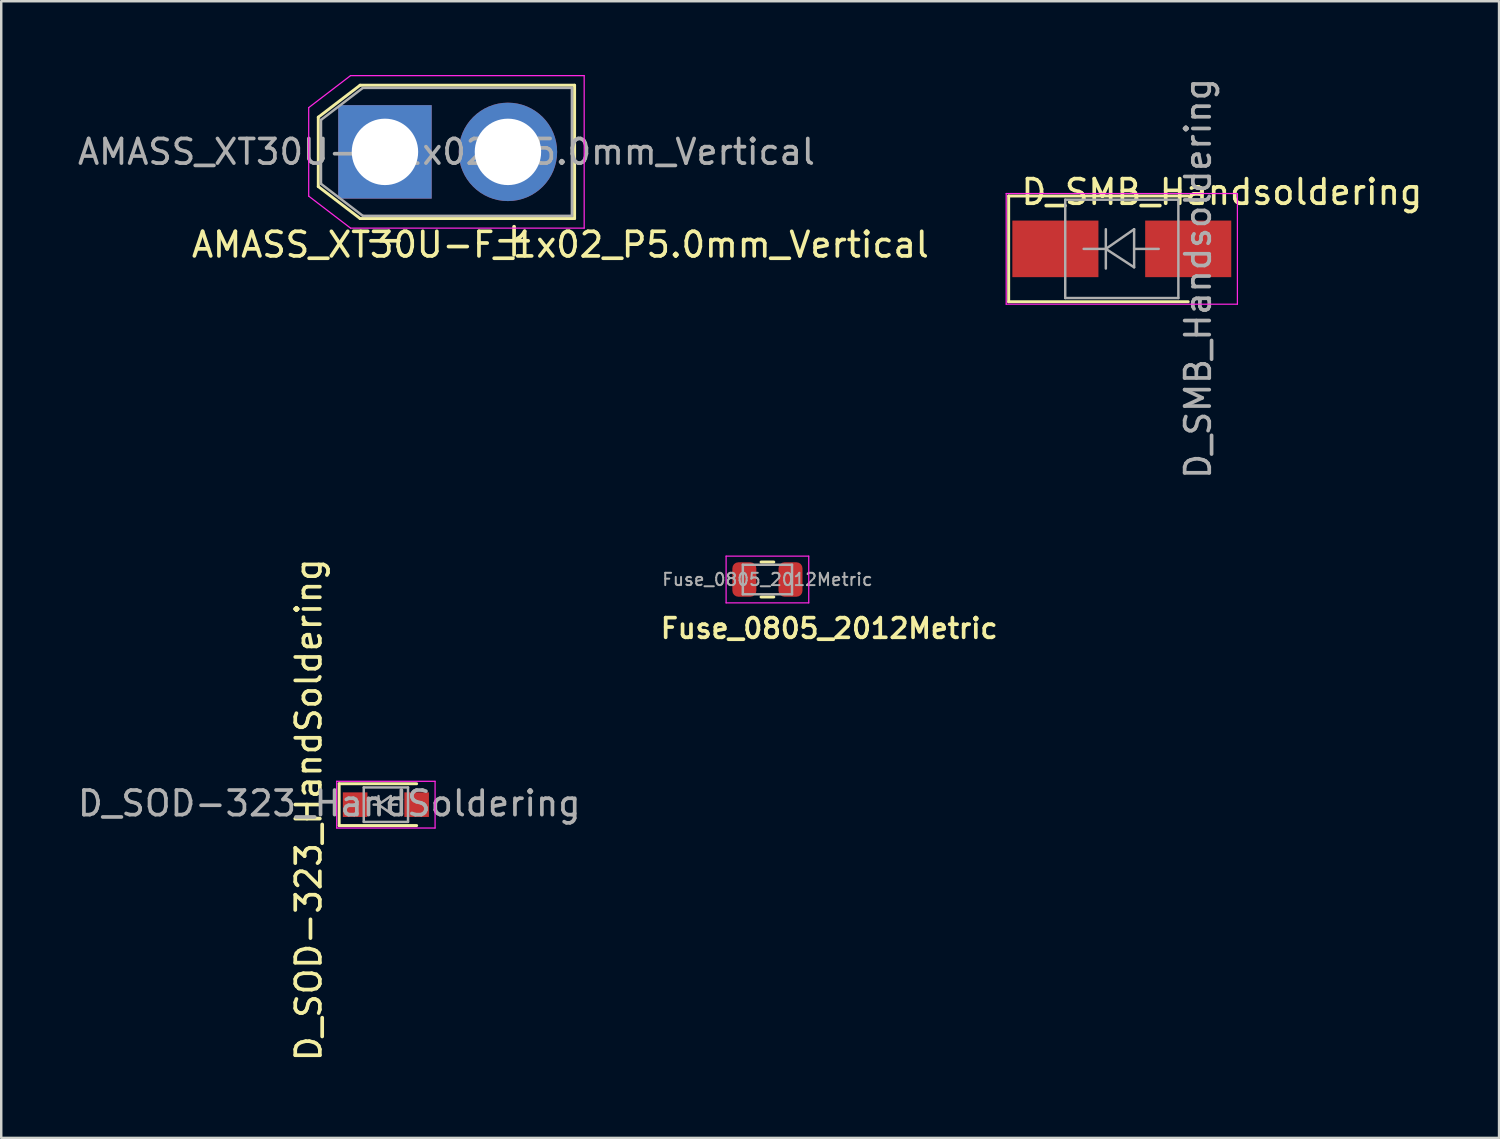
<source format=kicad_pcb>
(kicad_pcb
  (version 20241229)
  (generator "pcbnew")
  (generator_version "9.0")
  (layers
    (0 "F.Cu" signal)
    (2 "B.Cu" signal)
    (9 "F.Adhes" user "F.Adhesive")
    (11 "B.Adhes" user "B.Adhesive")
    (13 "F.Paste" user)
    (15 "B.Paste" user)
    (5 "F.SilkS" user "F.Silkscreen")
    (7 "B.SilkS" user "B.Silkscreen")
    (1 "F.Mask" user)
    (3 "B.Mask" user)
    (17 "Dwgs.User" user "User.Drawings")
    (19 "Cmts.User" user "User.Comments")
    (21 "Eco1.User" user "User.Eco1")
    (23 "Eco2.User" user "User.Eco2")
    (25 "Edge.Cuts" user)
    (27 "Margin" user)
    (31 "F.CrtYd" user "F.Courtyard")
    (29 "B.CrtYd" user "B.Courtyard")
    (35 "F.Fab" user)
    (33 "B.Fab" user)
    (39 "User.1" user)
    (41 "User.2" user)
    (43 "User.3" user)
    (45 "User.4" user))
  (footprint "D_SOD-323_HandSoldering"
    (layer "F.Cu")
    (at 12.639 29.665)
    (property "Reference" "D_SOD-323_HandSoldering" (at -3.14 0.21 270) (layer "F.SilkS") (effects (font (size 1 1) (thickness 0.15))))
    (attr smd)
    (fp_line (start -1.9 -0.85) (end -1.9 0.85) (stroke (width 0.12) (type solid)) (layer "F.SilkS"))
    (fp_line (start -1.9 -0.85) (end 1.25 -0.85) (stroke (width 0.12) (type solid)) (layer "F.SilkS"))
    (fp_line (start -1.9 0.85) (end 1.25 0.85) (stroke (width 0.12) (type solid)) (layer "F.SilkS"))
    (fp_line (start -2 -0.95) (end -2 0.95) (stroke (width 0.05) (type solid)) (layer "F.CrtYd"))
    (fp_line (start -2 -0.95) (end 2 -0.95) (stroke (width 0.05) (type solid)) (layer "F.CrtYd"))
    (fp_line (start -2 0.95) (end 2 0.95) (stroke (width 0.05) (type solid)) (layer "F.CrtYd"))
    (fp_line (start 2 -0.95) (end 2 0.95) (stroke (width 0.05) (type solid)) (layer "F.CrtYd"))
    (fp_line (start -0.9 -0.7) (end 0.9 -0.7) (stroke (width 0.1) (type solid)) (layer "F.Fab"))
    (fp_line (start -0.9 0.7) (end -0.9 -0.7) (stroke (width 0.1) (type solid)) (layer "F.Fab"))
    (fp_line (start -0.3 -0.35) (end -0.3 0.35) (stroke (width 0.1) (type solid)) (layer "F.Fab"))
    (fp_line (start -0.3 0) (end -0.5 0) (stroke (width 0.1) (type solid)) (layer "F.Fab"))
    (fp_line (start -0.3 0) (end 0.2 -0.35) (stroke (width 0.1) (type solid)) (layer "F.Fab"))
    (fp_line (start 0.2 -0.35) (end 0.2 0.35) (stroke (width 0.1) (type solid)) (layer "F.Fab"))
    (fp_line (start 0.2 0) (end 0.45 0) (stroke (width 0.1) (type solid)) (layer "F.Fab"))
    (fp_line (start 0.2 0.35) (end -0.3 0) (stroke (width 0.1) (type solid)) (layer "F.Fab"))
    (fp_line (start 0.9 -0.7) (end 0.9 0.7) (stroke (width 0.1) (type solid)) (layer "F.Fab"))
    (fp_line (start 0.9 0.7) (end -0.9 0.7) (stroke (width 0.1) (type solid)) (layer "F.Fab"))
    (fp_text user "${REFERENCE}" (at -2.3 -0.05 180) (layer "F.Fab") (effects (font (size 1 1) (thickness 0.15))))
    (pad "1" smd rect (at -1.25 0) (size 1 1) (layers "F.Cu" "F.Mask" "F.Paste"))
    (pad "2" smd rect (at 1.25 0) (size 1 1) (layers "F.Cu" "F.Mask" "F.Paste")))
  (footprint "Fuse_0805_2012Metric"
    (layer "F.Cu")
    (at 28.151 20.511)
    (property "Reference" "Fuse_0805_2012Metric" (at 2.511 1.988 0) (layer "F.SilkS") (effects (font (size 0.8 0.8) (thickness 0.15))))
    (attr smd)
    (fp_line (start -0.259 -0.71) (end 0.259 -0.71) (stroke (width 0.12) (type solid)) (layer "F.SilkS"))
    (fp_line (start -0.259 0.71) (end 0.259 0.71) (stroke (width 0.12) (type solid)) (layer "F.SilkS"))
    (fp_line (start -1.68 -0.95) (end 1.68 -0.95) (stroke (width 0.05) (type solid)) (layer "F.CrtYd"))
    (fp_line (start -1.68 0.95) (end -1.68 -0.95) (stroke (width 0.05) (type solid)) (layer "F.CrtYd"))
    (fp_line (start 1.68 -0.95) (end 1.68 0.95) (stroke (width 0.05) (type solid)) (layer "F.CrtYd"))
    (fp_line (start 1.68 0.95) (end -1.68 0.95) (stroke (width 0.05) (type solid)) (layer "F.CrtYd"))
    (fp_line (start -1 -0.6) (end 1 -0.6) (stroke (width 0.1) (type solid)) (layer "F.Fab"))
    (fp_line (start -1 0.6) (end -1 -0.6) (stroke (width 0.1) (type solid)) (layer "F.Fab"))
    (fp_line (start 1 -0.6) (end 1 0.6) (stroke (width 0.1) (type solid)) (layer "F.Fab"))
    (fp_line (start 1 0.6) (end -1 0.6) (stroke (width 0.1) (type solid)) (layer "F.Fab"))
    (fp_text user "${REFERENCE}" (at 0 0 180) (layer "F.Fab") (effects (font (size 0.5 0.5) (thickness 0.08))))
    (pad "1" smd roundrect (at -0.938 0) (size 0.975 1.4) (layers "F.Cu" "F.Mask" "F.Paste") (roundrect_rratio 0.25))
    (pad "2" smd roundrect (at 0.938 0) (size 0.975 1.4) (layers "F.Cu" "F.Mask" "F.Paste") (roundrect_rratio 0.25)))
  (footprint "AMASS_XT30U-F_1x02_P5.0mm_Vertical"
    (layer "F.Cu")
    (at 12.601 3.125)
    (property "Reference" "AMASS_XT30U-F_1x02_P5.0mm_Vertical" (at 7.132 3.774 0) (layer "F.SilkS") (effects (font (size 1 1) (thickness 0.15))))
    (attr through_hole)
    (fp_line (start -2.71 -1.41) (end -2.71 1.41) (stroke (width 0.12) (type solid)) (layer "F.SilkS"))
    (fp_line (start -2.71 -1.41) (end -1.01 -2.71) (stroke (width 0.12) (type solid)) (layer "F.SilkS"))
    (fp_line (start -2.71 1.41) (end -1.01 2.71) (stroke (width 0.12) (type solid)) (layer "F.SilkS"))
    (fp_line (start -1.01 -2.71) (end 7.71 -2.71) (stroke (width 0.12) (type solid)) (layer "F.SilkS"))
    (fp_line (start -1.01 2.71) (end 7.71 2.71) (stroke (width 0.12) (type solid)) (layer "F.SilkS"))
    (fp_line (start 7.71 -2.71) (end 7.71 2.71) (stroke (width 0.12) (type solid)) (layer "F.SilkS"))
    (fp_line (start -3.1 -1.8) (end -3.1 1.8) (stroke (width 0.05) (type solid)) (layer "F.CrtYd"))
    (fp_line (start -3.1 -1.8) (end -1.4 -3.1) (stroke (width 0.05) (type solid)) (layer "F.CrtYd"))
    (fp_line (start -3.1 1.8) (end -1.4 3.1) (stroke (width 0.05) (type solid)) (layer "F.CrtYd"))
    (fp_line (start -1.4 -3.1) (end 8.1 -3.1) (stroke (width 0.05) (type solid)) (layer "F.CrtYd"))
    (fp_line (start -1.4 3.1) (end 8.1 3.1) (stroke (width 0.05) (type solid)) (layer "F.CrtYd"))
    (fp_line (start 8.1 -3.1) (end 8.1 3.1) (stroke (width 0.05) (type solid)) (layer "F.CrtYd"))
    (fp_line (start -2.6 -1.3) (end -2.6 1.3) (stroke (width 0.1) (type solid)) (layer "F.Fab"))
    (fp_line (start -2.6 -1.3) (end -0.9 -2.6) (stroke (width 0.1) (type solid)) (layer "F.Fab"))
    (fp_line (start -2.6 1.3) (end -0.9 2.6) (stroke (width 0.1) (type solid)) (layer "F.Fab"))
    (fp_line (start -0.9 -2.6) (end 7.6 -2.6) (stroke (width 0.1) (type solid)) (layer "F.Fab"))
    (fp_line (start -0.9 2.6) (end 7.6 2.6) (stroke (width 0.1) (type solid)) (layer "F.Fab"))
    (fp_line (start 7.6 -2.6) (end 7.6 2.6) (stroke (width 0.1) (type solid)) (layer "F.Fab"))
    (fp_text user "-" (at 0 3.5 0) (layer "F.SilkS") (effects (font (size 1.5 1.5) (thickness 0.15))))
    (fp_text user "+" (at 5.25 3.5 0) (layer "F.SilkS") (effects (font (size 1.5 1.5) (thickness 0.15))))
    (fp_text user "${REFERENCE}" (at 2.5 0 0) (layer "F.Fab") (effects (font (size 1 1) (thickness 0.15))))
    (pad "1" thru_hole rect (at 0 0) (size 3.8 3.8) (drill 2.7) (layers "*.Cu" "*.Mask"))
    (pad "2" thru_hole circle (at 5 0) (size 4 4) (drill 2.7) (layers "*.Cu" "*.Mask")))
  (footprint "D_SMB_Handsoldering"
    (layer "F.Cu")
    (at 42.559 7.068)
    (property "Reference" "D_SMB_Handsoldering" (at 4.07 -2.31 0) (layer "F.SilkS") (effects (font (size 1 1) (thickness 0.15))))
    (attr smd)
    (fp_line (start -4.6 -2.15) (end -4.6 2.15) (stroke (width 0.12) (type solid)) (layer "F.SilkS"))
    (fp_line (start -4.6 -2.15) (end 2.7 -2.15) (stroke (width 0.12) (type solid)) (layer "F.SilkS"))
    (fp_line (start -4.6 2.15) (end 2.7 2.15) (stroke (width 0.12) (type solid)) (layer "F.SilkS"))
    (fp_line (start -4.7 -2.25) (end 4.7 -2.25) (stroke (width 0.05) (type solid)) (layer "F.CrtYd"))
    (fp_line (start -4.7 2.25) (end -4.7 -2.25) (stroke (width 0.05) (type solid)) (layer "F.CrtYd"))
    (fp_line (start 4.7 -2.25) (end 4.7 2.25) (stroke (width 0.05) (type solid)) (layer "F.CrtYd"))
    (fp_line (start 4.7 2.25) (end -4.7 2.25) (stroke (width 0.05) (type solid)) (layer "F.CrtYd"))
    (fp_line (start -2.3 2) (end -2.3 -2) (stroke (width 0.1) (type solid)) (layer "F.Fab"))
    (fp_line (start -0.649 -0.799) (end -0.649 0.801) (stroke (width 0.1) (type solid)) (layer "F.Fab"))
    (fp_line (start -0.649 0.001) (end -1.551 0.001) (stroke (width 0.1) (type solid)) (layer "F.Fab"))
    (fp_line (start -0.649 0.001) (end 0.501 -0.799) (stroke (width 0.1) (type solid)) (layer "F.Fab"))
    (fp_line (start -0.649 0.001) (end 0.501 0.75) (stroke (width 0.1) (type solid)) (layer "F.Fab"))
    (fp_line (start 0.501 0.001) (end 1.499 0.001) (stroke (width 0.1) (type solid)) (layer "F.Fab"))
    (fp_line (start 0.501 0.75) (end 0.501 -0.799) (stroke (width 0.1) (type solid)) (layer "F.Fab"))
    (fp_line (start 2.3 -2) (end -2.3 -2) (stroke (width 0.1) (type solid)) (layer "F.Fab"))
    (fp_line (start 2.3 -2) (end 2.3 2) (stroke (width 0.1) (type solid)) (layer "F.Fab"))
    (fp_line (start 2.3 2) (end -2.3 2) (stroke (width 0.1) (type solid)) (layer "F.Fab"))
    (fp_text user "${REFERENCE}" (at 3.1 1.2 90) (layer "F.Fab") (effects (font (size 1 1) (thickness 0.15))))
    (pad "1" smd rect (at -2.7 0) (size 3.5 2.3) (layers "F.Cu" "F.Mask" "F.Paste"))
    (pad "2" smd rect (at 2.7 0) (size 3.5 2.3) (layers "F.Cu" "F.Mask" "F.Paste")))
  (gr_rect
    (start -3 -3)
    (end 57.897 43.214)
    (stroke (width 0.1) (type default))
    (fill no)
    (layer "Edge.Cuts")))
</source>
